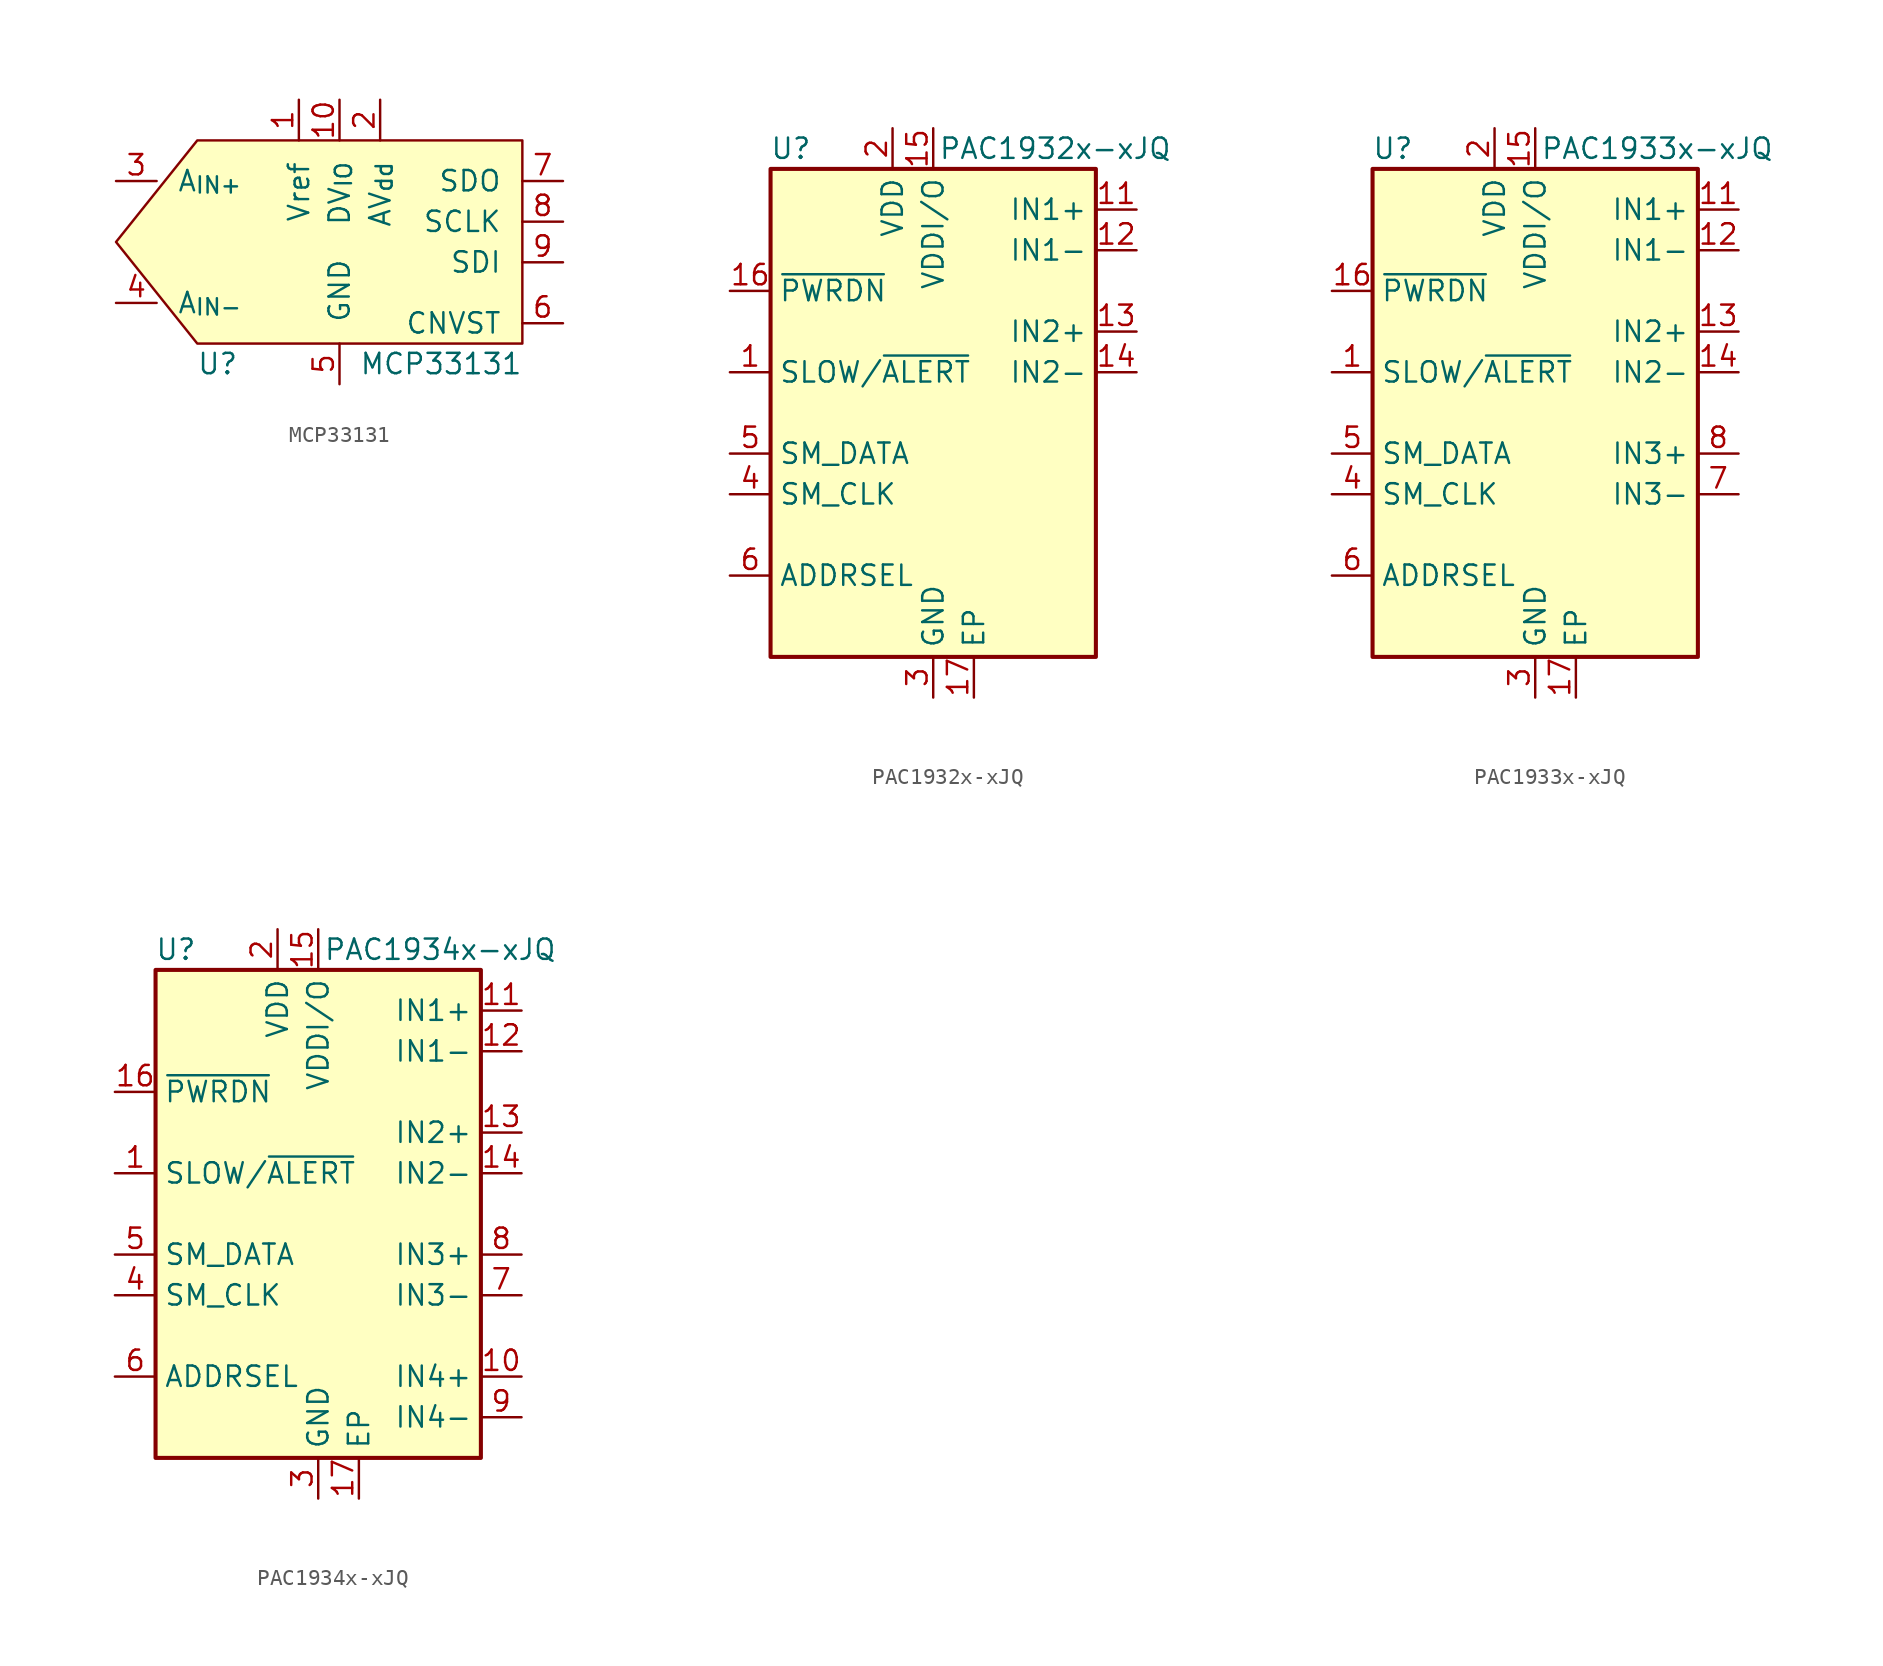
<source format=kicad_sym>
(kicad_symbol_lib
  (version 20220914)
  (generator kicad_symbol_editor)
  (symbol "MCP33131"
    (pin_names
      (offset 1.27))
    (property "Reference" "U"
      (at -7.62 -7.62 0)
      (effects (font (size 1.27 1.27))))
    (property "Value" "MCP33131"
      (at 6.35 -7.62 0)
      (effects (font (size 1.27 1.27))))
    (symbol "MCP33131_0_0"
      (pin input line (at -2.54 8.89 270) (length 2.54) (name "Vref" (effects (font (size 1.27 1.27)))) (number "1" (effects (font (size 1.27 1.27)))))
      (pin input line (at 0 8.89 270) (length 2.54) (name "DV_{IO}" (effects (font (size 1.27 1.27)))) (number "10" (effects (font (size 1.27 1.27)))))
      (pin power_in line (at 0 -8.89 90) (length 2.54) (name "GND" (effects (font (size 1.27 1.27)))) (number "5" (effects (font (size 1.27 1.27)))))
      (pin input line (at 13.97 -5.08 180) (length 2.54) (name "CNVST" (effects (font (size 1.27 1.27)))) (number "6" (effects (font (size 1.27 1.27)))))
      (pin output line (at 13.97 3.81 180) (length 2.54) (name "SDO" (effects (font (size 1.27 1.27)))) (number "7" (effects (font (size 1.27 1.27)))))
      (pin input line (at 13.97 1.27 180) (length 2.54) (name "SCLK" (effects (font (size 1.27 1.27)))) (number "8" (effects (font (size 1.27 1.27)))))
      (pin input line (at 13.97 -1.27 180) (length 2.54) (name "SDI" (effects (font (size 1.27 1.27)))) (number "9" (effects (font (size 1.27 1.27))))))
    (symbol "MCP33131_1_0"
      (pin power_in line (at 0 -8.89 90) (length 2.54) hide (name "GND" (effects (font (size 1.27 1.27)))) (number "11" (effects (font (size 1.27 1.27)))))
      (pin power_in line (at 2.54 8.89 270) (length 2.54) (name "AV_{dd}" (effects (font (size 1.27 1.27)))) (number "2" (effects (font (size 1.27 1.27)))))
      (pin input line (at -13.97 3.81 0) (length 2.54) (name "A_{IN+}" (effects (font (size 1.27 1.27)))) (number "3" (effects (font (size 1.27 1.27)))))
      (pin input line (at -13.97 -3.81 0) (length 2.54) (name "A_{IN-}" (effects (font (size 1.27 1.27)))) (number "4" (effects (font (size 1.27 1.27))))))
    (symbol "MCP33131_1_1"
      (polyline (pts (xy -13.97 0) (xy -8.89 6.35) (xy 11.43 6.35) (xy 11.43 -6.35) (xy -8.89 -6.35) (xy -13.97 0)) (stroke (width 0) (type default)) (fill (type background)))))
  (symbol "PAC1932x-xJQ"
    (property "Reference" "U"
      (at -8.89 16.51 0)
      (effects (font (size 1.27 1.27))))
    (property "Value" "PAC1932x-xJQ"
      (at 7.62 16.51 0)
      (effects (font (size 1.27 1.27))))
    (symbol "PAC1932x-xJQ_0_1"
      (rectangle (start -10.16 15.24) (end 10.16 -15.24) (stroke (width 0.254) (type default)) (fill (type background))))
    (symbol "PAC1932x-xJQ_1_1"
      (pin open_collector line (at -12.7 2.54 0) (length 2.54) (name "SLOW/~{ALERT}" (effects (font (size 1.27 1.27)))) (number "1" (effects (font (size 1.27 1.27)))))
      (pin passive line (at 0 -17.78 90) (length 2.54) hide (name "GND" (effects (font (size 1.27 1.27)))) (number "10" (effects (font (size 1.27 1.27)))))
      (pin input line (at 12.7 12.7 180) (length 2.54) (name "IN1+" (effects (font (size 1.27 1.27)))) (number "11" (effects (font (size 1.27 1.27)))))
      (pin input line (at 12.7 10.16 180) (length 2.54) (name "IN1-" (effects (font (size 1.27 1.27)))) (number "12" (effects (font (size 1.27 1.27)))))
      (pin input line (at 12.7 5.08 180) (length 2.54) (name "IN2+" (effects (font (size 1.27 1.27)))) (number "13" (effects (font (size 1.27 1.27)))))
      (pin input line (at 12.7 2.54 180) (length 2.54) (name "IN2-" (effects (font (size 1.27 1.27)))) (number "14" (effects (font (size 1.27 1.27)))))
      (pin power_in line (at 0 17.78 270) (length 2.54) (name "VDDI/O" (effects (font (size 1.27 1.27)))) (number "15" (effects (font (size 1.27 1.27)))))
      (pin input line (at -12.7 7.62 0) (length 2.54) (name "~{PWRDN}" (effects (font (size 1.27 1.27)))) (number "16" (effects (font (size 1.27 1.27)))))
      (pin power_in line (at 2.54 -17.78 90) (length 2.54) (name "EP" (effects (font (size 1.27 1.27)))) (number "17" (effects (font (size 1.27 1.27)))))
      (pin power_in line (at -2.54 17.78 270) (length 2.54) (name "VDD" (effects (font (size 1.27 1.27)))) (number "2" (effects (font (size 1.27 1.27)))))
      (pin power_in line (at 0 -17.78 90) (length 2.54) (name "GND" (effects (font (size 1.27 1.27)))) (number "3" (effects (font (size 1.27 1.27)))))
      (pin input line (at -12.7 -5.08 0) (length 2.54) (name "SM_CLK" (effects (font (size 1.27 1.27)))) (number "4" (effects (font (size 1.27 1.27)))))
      (pin bidirectional line (at -12.7 -2.54 0) (length 2.54) (name "SM_DATA" (effects (font (size 1.27 1.27)))) (number "5" (effects (font (size 1.27 1.27)))))
      (pin passive line (at -12.7 -10.16 0) (length 2.54) (name "ADDRSEL" (effects (font (size 1.27 1.27)))) (number "6" (effects (font (size 1.27 1.27)))))
      (pin passive line (at 0 -17.78 90) (length 2.54) hide (name "GND" (effects (font (size 1.27 1.27)))) (number "7" (effects (font (size 1.27 1.27)))))
      (pin passive line (at 0 -17.78 90) (length 2.54) hide (name "GND" (effects (font (size 1.27 1.27)))) (number "8" (effects (font (size 1.27 1.27)))))
      (pin passive line (at 0 -17.78 90) (length 2.54) hide (name "GND" (effects (font (size 1.27 1.27)))) (number "9" (effects (font (size 1.27 1.27)))))))
  (symbol "PAC1933x-xJQ"
    (property "Reference" "U"
      (at -8.89 16.51 0)
      (effects (font (size 1.27 1.27))))
    (property "Value" "PAC1933x-xJQ"
      (at 7.62 16.51 0)
      (effects (font (size 1.27 1.27))))
    (symbol "PAC1933x-xJQ_0_1"
      (rectangle (start -10.16 15.24) (end 10.16 -15.24) (stroke (width 0.254) (type default)) (fill (type background))))
    (symbol "PAC1933x-xJQ_1_1"
      (pin open_collector line (at -12.7 2.54 0) (length 2.54) (name "SLOW/~{ALERT}" (effects (font (size 1.27 1.27)))) (number "1" (effects (font (size 1.27 1.27)))))
      (pin passive line (at 0 -17.78 90) (length 2.54) hide (name "GND" (effects (font (size 1.27 1.27)))) (number "10" (effects (font (size 1.27 1.27)))))
      (pin input line (at 12.7 12.7 180) (length 2.54) (name "IN1+" (effects (font (size 1.27 1.27)))) (number "11" (effects (font (size 1.27 1.27)))))
      (pin input line (at 12.7 10.16 180) (length 2.54) (name "IN1-" (effects (font (size 1.27 1.27)))) (number "12" (effects (font (size 1.27 1.27)))))
      (pin input line (at 12.7 5.08 180) (length 2.54) (name "IN2+" (effects (font (size 1.27 1.27)))) (number "13" (effects (font (size 1.27 1.27)))))
      (pin input line (at 12.7 2.54 180) (length 2.54) (name "IN2-" (effects (font (size 1.27 1.27)))) (number "14" (effects (font (size 1.27 1.27)))))
      (pin power_in line (at 0 17.78 270) (length 2.54) (name "VDDI/O" (effects (font (size 1.27 1.27)))) (number "15" (effects (font (size 1.27 1.27)))))
      (pin input line (at -12.7 7.62 0) (length 2.54) (name "~{PWRDN}" (effects (font (size 1.27 1.27)))) (number "16" (effects (font (size 1.27 1.27)))))
      (pin power_in line (at 2.54 -17.78 90) (length 2.54) (name "EP" (effects (font (size 1.27 1.27)))) (number "17" (effects (font (size 1.27 1.27)))))
      (pin power_in line (at -2.54 17.78 270) (length 2.54) (name "VDD" (effects (font (size 1.27 1.27)))) (number "2" (effects (font (size 1.27 1.27)))))
      (pin power_in line (at 0 -17.78 90) (length 2.54) (name "GND" (effects (font (size 1.27 1.27)))) (number "3" (effects (font (size 1.27 1.27)))))
      (pin input line (at -12.7 -5.08 0) (length 2.54) (name "SM_CLK" (effects (font (size 1.27 1.27)))) (number "4" (effects (font (size 1.27 1.27)))))
      (pin bidirectional line (at -12.7 -2.54 0) (length 2.54) (name "SM_DATA" (effects (font (size 1.27 1.27)))) (number "5" (effects (font (size 1.27 1.27)))))
      (pin passive line (at -12.7 -10.16 0) (length 2.54) (name "ADDRSEL" (effects (font (size 1.27 1.27)))) (number "6" (effects (font (size 1.27 1.27)))))
      (pin input line (at 12.7 -5.08 180) (length 2.54) (name "IN3-" (effects (font (size 1.27 1.27)))) (number "7" (effects (font (size 1.27 1.27)))))
      (pin input line (at 12.7 -2.54 180) (length 2.54) (name "IN3+" (effects (font (size 1.27 1.27)))) (number "8" (effects (font (size 1.27 1.27)))))
      (pin passive line (at 0 -17.78 90) (length 2.54) hide (name "GND" (effects (font (size 1.27 1.27)))) (number "9" (effects (font (size 1.27 1.27)))))))
  (symbol "PAC1934x-xJQ"
    (property "Reference" "U"
      (at -8.89 16.51 0)
      (effects (font (size 1.27 1.27))))
    (property "Value" "PAC1934x-xJQ"
      (at 7.62 16.51 0)
      (effects (font (size 1.27 1.27))))
    (symbol "PAC1934x-xJQ_0_1"
      (rectangle (start -10.16 15.24) (end 10.16 -15.24) (stroke (width 0.254) (type default)) (fill (type background))))
    (symbol "PAC1934x-xJQ_1_1"
      (pin open_collector line (at -12.7 2.54 0) (length 2.54) (name "SLOW/~{ALERT}" (effects (font (size 1.27 1.27)))) (number "1" (effects (font (size 1.27 1.27)))))
      (pin input line (at 12.7 -10.16 180) (length 2.54) (name "IN4+" (effects (font (size 1.27 1.27)))) (number "10" (effects (font (size 1.27 1.27)))))
      (pin input line (at 12.7 12.7 180) (length 2.54) (name "IN1+" (effects (font (size 1.27 1.27)))) (number "11" (effects (font (size 1.27 1.27)))))
      (pin input line (at 12.7 10.16 180) (length 2.54) (name "IN1-" (effects (font (size 1.27 1.27)))) (number "12" (effects (font (size 1.27 1.27)))))
      (pin input line (at 12.7 5.08 180) (length 2.54) (name "IN2+" (effects (font (size 1.27 1.27)))) (number "13" (effects (font (size 1.27 1.27)))))
      (pin input line (at 12.7 2.54 180) (length 2.54) (name "IN2-" (effects (font (size 1.27 1.27)))) (number "14" (effects (font (size 1.27 1.27)))))
      (pin power_in line (at 0 17.78 270) (length 2.54) (name "VDDI/O" (effects (font (size 1.27 1.27)))) (number "15" (effects (font (size 1.27 1.27)))))
      (pin input line (at -12.7 7.62 0) (length 2.54) (name "~{PWRDN}" (effects (font (size 1.27 1.27)))) (number "16" (effects (font (size 1.27 1.27)))))
      (pin power_in line (at 2.54 -17.78 90) (length 2.54) (name "EP" (effects (font (size 1.27 1.27)))) (number "17" (effects (font (size 1.27 1.27)))))
      (pin power_in line (at -2.54 17.78 270) (length 2.54) (name "VDD" (effects (font (size 1.27 1.27)))) (number "2" (effects (font (size 1.27 1.27)))))
      (pin power_in line (at 0 -17.78 90) (length 2.54) (name "GND" (effects (font (size 1.27 1.27)))) (number "3" (effects (font (size 1.27 1.27)))))
      (pin input line (at -12.7 -5.08 0) (length 2.54) (name "SM_CLK" (effects (font (size 1.27 1.27)))) (number "4" (effects (font (size 1.27 1.27)))))
      (pin bidirectional line (at -12.7 -2.54 0) (length 2.54) (name "SM_DATA" (effects (font (size 1.27 1.27)))) (number "5" (effects (font (size 1.27 1.27)))))
      (pin passive line (at -12.7 -10.16 0) (length 2.54) (name "ADDRSEL" (effects (font (size 1.27 1.27)))) (number "6" (effects (font (size 1.27 1.27)))))
      (pin input line (at 12.7 -5.08 180) (length 2.54) (name "IN3-" (effects (font (size 1.27 1.27)))) (number "7" (effects (font (size 1.27 1.27)))))
      (pin input line (at 12.7 -2.54 180) (length 2.54) (name "IN3+" (effects (font (size 1.27 1.27)))) (number "8" (effects (font (size 1.27 1.27)))))
      (pin input line (at 12.7 -12.7 180) (length 2.54) (name "IN4-" (effects (font (size 1.27 1.27)))) (number "9" (effects (font (size 1.27 1.27))))))))
</source>
